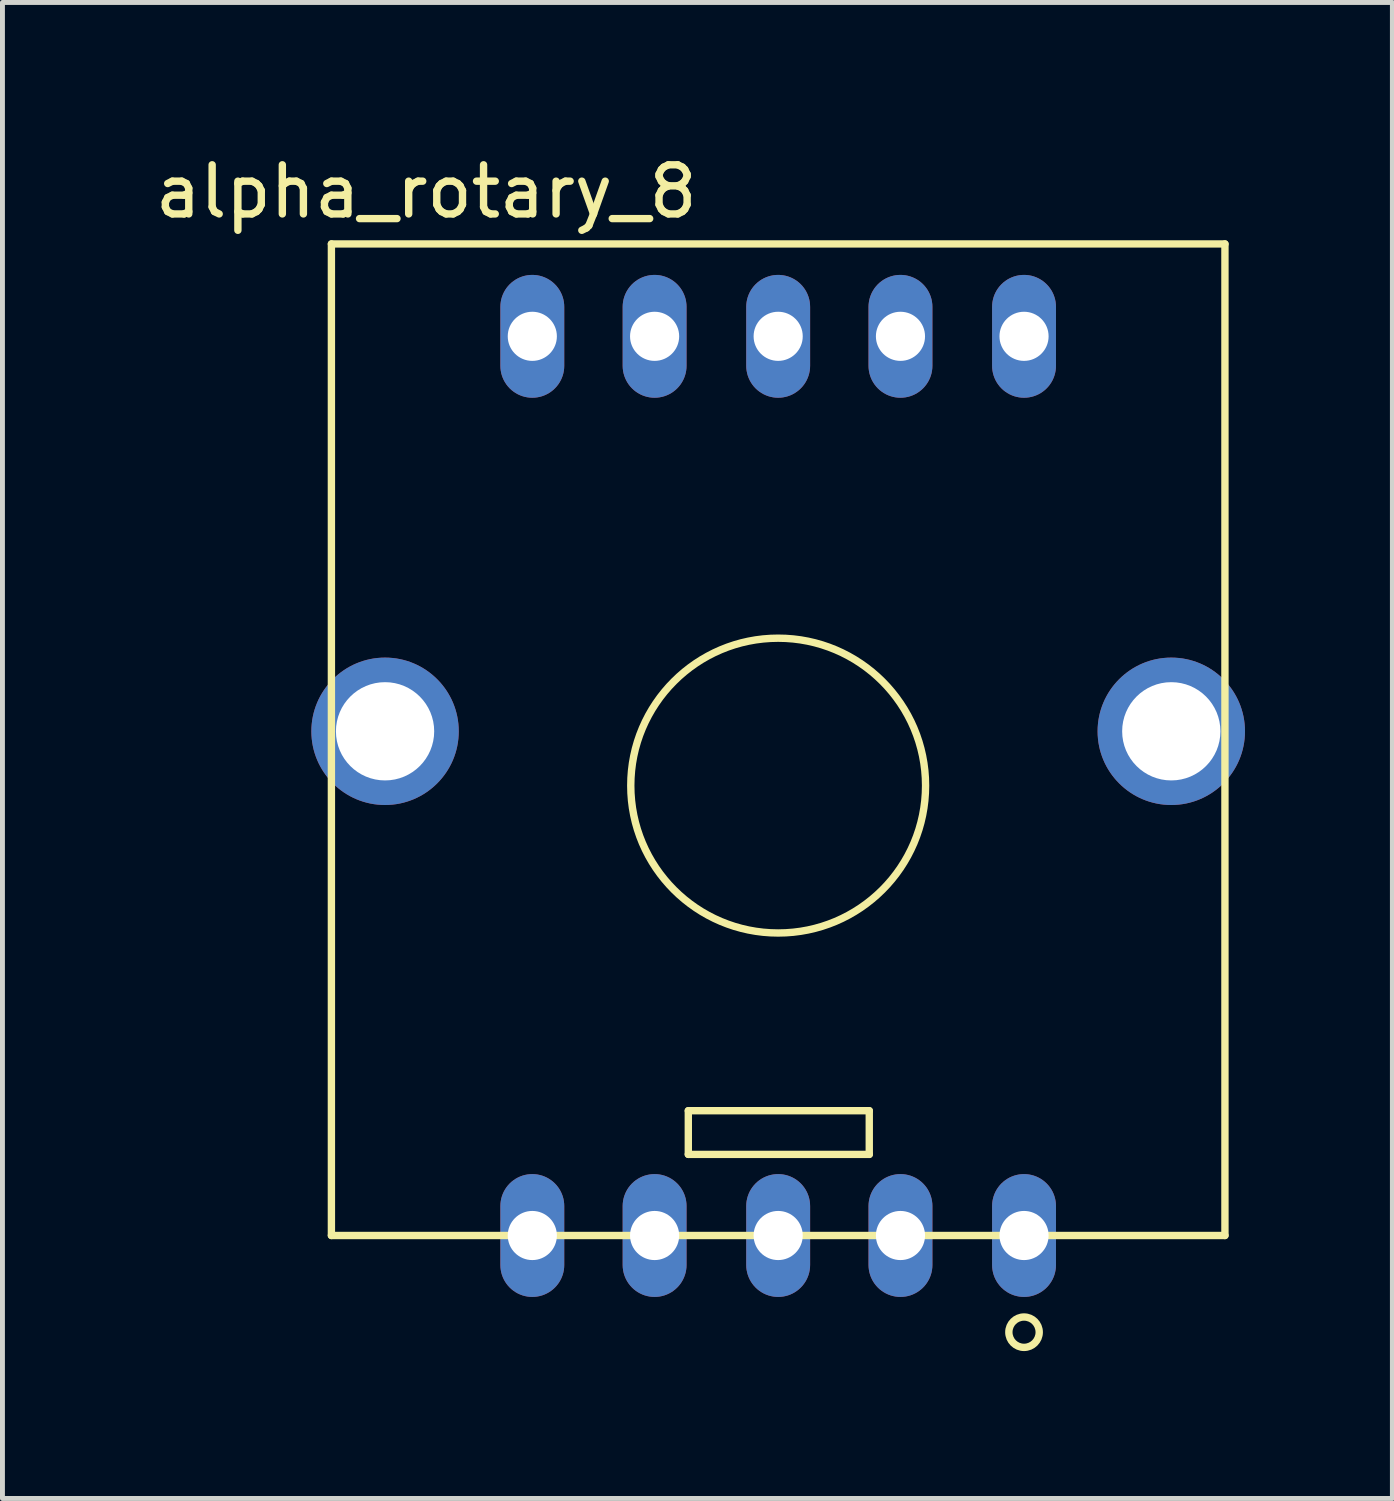
<source format=kicad_pcb>
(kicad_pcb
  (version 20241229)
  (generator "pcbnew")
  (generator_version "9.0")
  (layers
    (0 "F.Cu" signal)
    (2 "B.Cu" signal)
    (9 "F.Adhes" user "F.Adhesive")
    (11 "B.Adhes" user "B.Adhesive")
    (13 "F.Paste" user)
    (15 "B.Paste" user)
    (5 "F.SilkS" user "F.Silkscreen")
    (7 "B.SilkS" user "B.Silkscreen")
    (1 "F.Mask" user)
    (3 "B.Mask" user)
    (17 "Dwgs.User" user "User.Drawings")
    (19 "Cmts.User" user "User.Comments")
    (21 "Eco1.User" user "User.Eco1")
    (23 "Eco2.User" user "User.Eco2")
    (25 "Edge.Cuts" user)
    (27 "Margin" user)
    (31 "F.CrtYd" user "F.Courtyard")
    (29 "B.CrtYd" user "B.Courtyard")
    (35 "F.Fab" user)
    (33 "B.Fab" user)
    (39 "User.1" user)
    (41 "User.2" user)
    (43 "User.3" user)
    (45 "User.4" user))
  (footprint "alpha_rotary_8"
    (layer "F.Cu")
    (at 12.788 12.939)
    (property "Reference" "alpha_rotary_8" (at -7.163 -12.09 0) (layer "F.SilkS") (effects (font (size 1 1) (thickness 0.15))))
    (attr through_hole)
    (fp_line (start -9.093 -11.024) (end 9.093 -11.024) (stroke (width 0.15) (type solid)) (layer "F.SilkS"))
    (fp_line (start -9.093 9.157) (end -9.093 -11.024) (stroke (width 0.15) (type solid)) (layer "F.SilkS"))
    (fp_line (start -9.093 9.157) (end 9.093 9.157) (stroke (width 0.15) (type solid)) (layer "F.SilkS"))
    (fp_line (start -1.829 6.617) (end 1.854 6.617) (stroke (width 0.15) (type solid)) (layer "F.SilkS"))
    (fp_line (start -1.829 7.506) (end -1.829 6.617) (stroke (width 0.15) (type solid)) (layer "F.SilkS"))
    (fp_line (start 1.854 6.617) (end 1.854 7.506) (stroke (width 0.15) (type solid)) (layer "F.SilkS"))
    (fp_line (start 1.854 7.506) (end -1.829 7.506) (stroke (width 0.15) (type solid)) (layer "F.SilkS"))
    (fp_line (start 9.093 9.157) (end 9.093 -11.024) (stroke (width 0.15) (type solid)) (layer "F.SilkS"))
    (fp_circle (center 0 0) (end 3 0) (stroke (width 0.15) (type solid)) (fill no) (layer "F.SilkS"))
    (fp_circle (center 5.004 11.125) (end 5.309 11.074) (stroke (width 0.15) (type solid)) (fill no) (layer "F.SilkS"))
    (pad "" thru_hole circle (at -8.001 -1.105) (size 3 3) (drill 2) (layers "*.Cu" "*.Mask"))
    (pad "" thru_hole circle (at 8.001 -1.105) (size 3 3) (drill 2) (layers "*.Cu" "*.Mask"))
    (pad "1" thru_hole oval (at 5.004 9.157) (size 1.3 2.5) (drill 1) (layers "*.Cu" "*.Mask"))
    (pad "2" thru_hole oval (at 2.489 9.157) (size 1.3 2.5) (drill 1) (layers "*.Cu" "*.Mask"))
    (pad "3" thru_hole oval (at 0 9.157) (size 1.3 2.5) (drill 1) (layers "*.Cu" "*.Mask"))
    (pad "4" thru_hole oval (at -2.515 9.157) (size 1.3 2.5) (drill 1) (layers "*.Cu" "*.Mask"))
    (pad "5" thru_hole oval (at -5.004 9.157) (size 1.3 2.5) (drill 1) (layers "*.Cu" "*.Mask"))
    (pad "6" thru_hole oval (at -5.004 -9.144) (size 1.3 2.5) (drill 1) (layers "*.Cu" "*.Mask"))
    (pad "7" thru_hole oval (at -2.515 -9.144) (size 1.3 2.5) (drill 1) (layers "*.Cu" "*.Mask"))
    (pad "8" thru_hole oval (at 0 -9.144) (size 1.3 2.5) (drill 1) (layers "*.Cu" "*.Mask"))
    (pad "9" thru_hole oval (at 2.489 -9.144) (size 1.3 2.5) (drill 1) (layers "*.Cu" "*.Mask"))
    (pad "10" thru_hole oval (at 5.004 -9.144) (size 1.3 2.5) (drill 1) (layers "*.Cu" "*.Mask")))
  (gr_rect
    (start -3 -3)
    (end 25.289 27.448)
    (stroke (width 0.1) (type default))
    (fill no)
    (layer "Edge.Cuts")))
</source>
